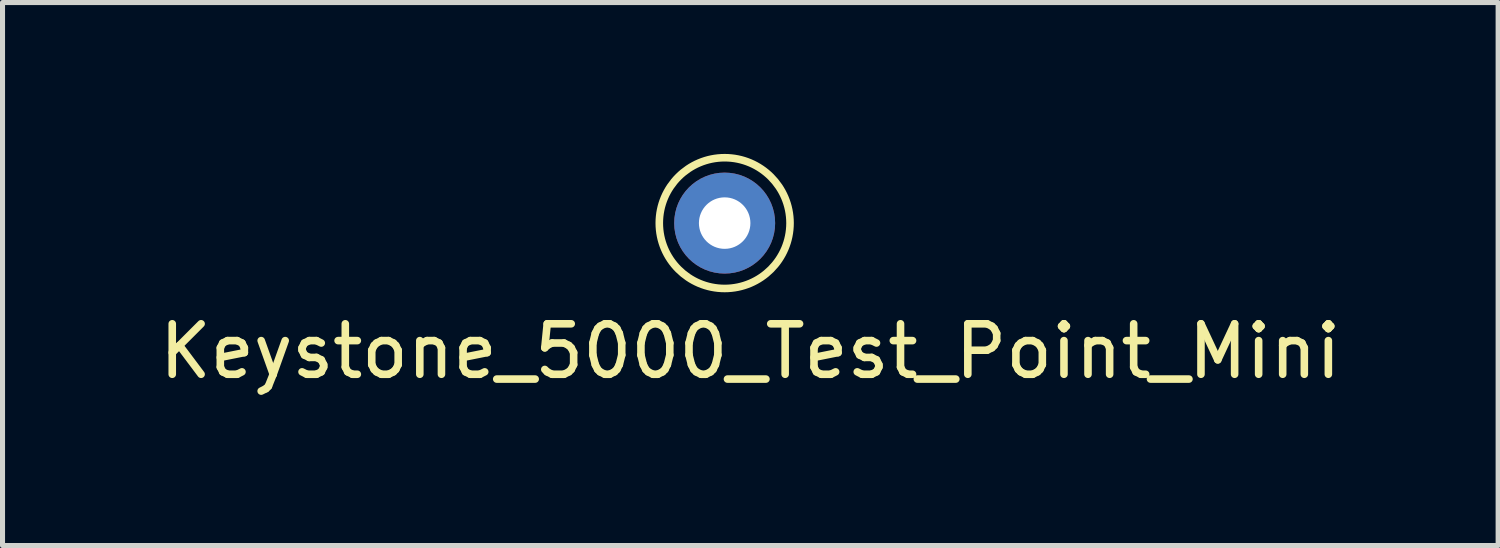
<source format=kicad_pcb>
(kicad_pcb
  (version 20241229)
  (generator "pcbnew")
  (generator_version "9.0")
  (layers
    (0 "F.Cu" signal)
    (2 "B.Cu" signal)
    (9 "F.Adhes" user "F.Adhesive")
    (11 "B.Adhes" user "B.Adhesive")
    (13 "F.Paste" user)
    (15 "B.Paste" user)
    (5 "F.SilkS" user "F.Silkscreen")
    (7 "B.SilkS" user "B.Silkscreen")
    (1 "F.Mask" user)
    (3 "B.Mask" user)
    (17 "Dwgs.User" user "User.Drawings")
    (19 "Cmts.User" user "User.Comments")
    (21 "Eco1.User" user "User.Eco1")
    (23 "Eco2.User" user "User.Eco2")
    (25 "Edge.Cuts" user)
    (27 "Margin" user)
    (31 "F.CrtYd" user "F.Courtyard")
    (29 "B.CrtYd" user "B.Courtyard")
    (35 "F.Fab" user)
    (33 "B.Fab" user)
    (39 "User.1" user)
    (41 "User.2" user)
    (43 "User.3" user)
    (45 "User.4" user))
  (footprint "Keystone_5000_Test_Point_Mini"
    (layer "F.Cu")
    (at 11.307 1.37)
    (property "Reference" "Keystone_5000_Test_Point_Mini" (at 0.508 2.54 0) (layer "F.SilkS") (effects (font (size 1 1) (thickness 0.15))))
    (attr through_hole)
    (fp_circle (center 0 0) (end 1.27 0.254) (stroke (width 0.15) (type solid)) (fill no) (layer "F.SilkS"))
    (pad "1" thru_hole circle (at 0 0) (size 2 2) (drill 1.02) (layers "*.Cu" "*.Mask")))
  (gr_rect
    (start -3 -3)
    (end 26.631 7.758)
    (stroke (width 0.1) (type default))
    (fill no)
    (layer "Edge.Cuts")))
</source>
